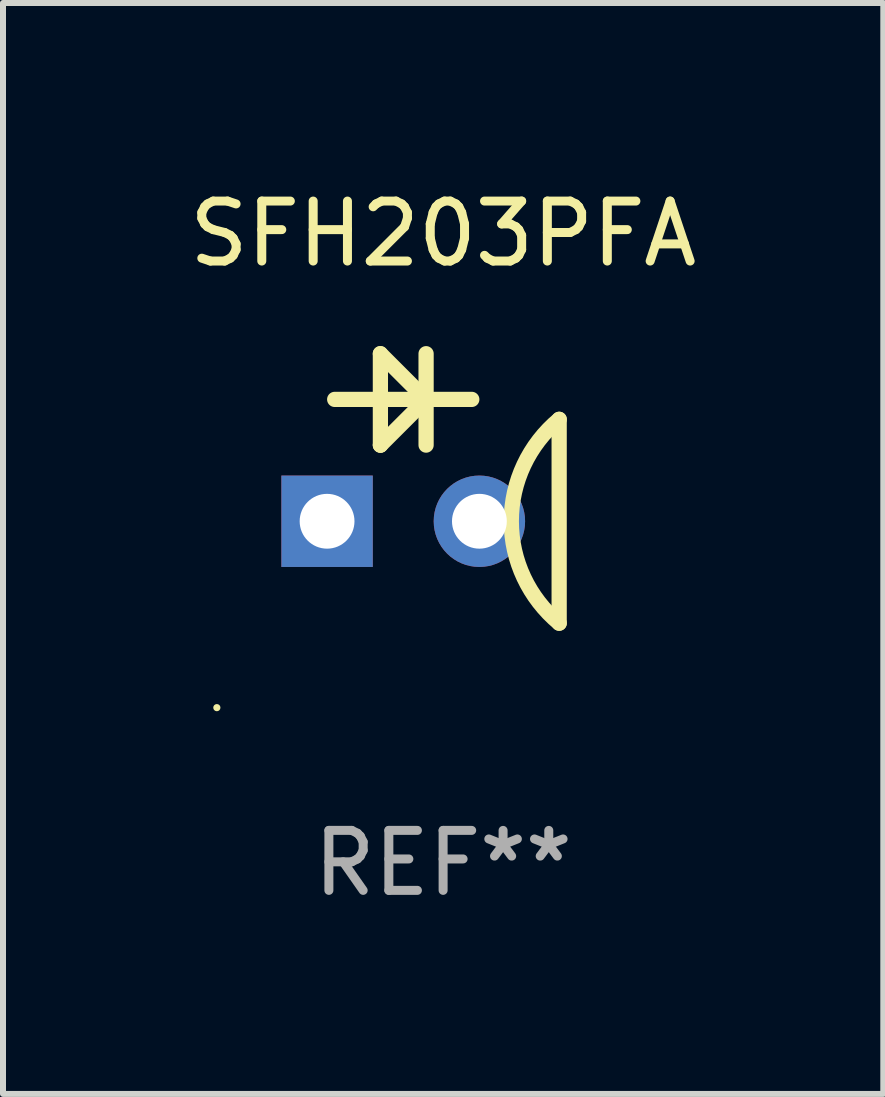
<source format=kicad_pcb>
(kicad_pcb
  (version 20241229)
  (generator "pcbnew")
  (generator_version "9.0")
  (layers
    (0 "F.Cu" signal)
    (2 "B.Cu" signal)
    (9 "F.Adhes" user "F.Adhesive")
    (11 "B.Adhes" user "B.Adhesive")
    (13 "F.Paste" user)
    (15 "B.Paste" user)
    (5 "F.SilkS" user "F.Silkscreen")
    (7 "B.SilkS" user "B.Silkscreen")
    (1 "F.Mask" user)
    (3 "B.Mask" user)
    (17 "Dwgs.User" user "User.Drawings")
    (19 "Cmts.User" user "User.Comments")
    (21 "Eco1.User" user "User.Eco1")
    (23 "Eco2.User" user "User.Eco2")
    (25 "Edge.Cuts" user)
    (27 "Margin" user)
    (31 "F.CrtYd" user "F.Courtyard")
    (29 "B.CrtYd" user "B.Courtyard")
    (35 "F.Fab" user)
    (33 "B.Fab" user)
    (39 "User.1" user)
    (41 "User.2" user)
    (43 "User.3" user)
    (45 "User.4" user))
  (footprint "SFH203PFA"
    (layer "F.Cu")
    (at 4.339 5.095)
    (property "Reference" "SFH203PFA" (at 0 -4.247 0) (layer "F.SilkS") (effects (font (size 1 1) (thickness 0.15))))
    (attr through_hole)
    (fp_line (start -1.808 -1.485) (end 0.478 -1.485) (stroke (width 0.254) (type solid)) (layer "F.SilkS"))
    (fp_line (start -1.046 -2.247) (end -1.046 -0.723) (stroke (width 0.254) (type solid)) (layer "F.SilkS"))
    (fp_line (start -1.046 -0.723) (end -1.044 -0.723) (stroke (width 0.254) (type solid)) (layer "F.SilkS"))
    (fp_line (start -1.044 -0.723) (end -0.282 -1.485) (stroke (width 0.254) (type solid)) (layer "F.SilkS"))
    (fp_line (start -0.284 -2.247) (end -0.284 -0.723) (stroke (width 0.254) (type solid)) (layer "F.SilkS"))
    (fp_line (start -0.284 -1.485) (end -1.046 -2.247) (stroke (width 0.254) (type solid)) (layer "F.SilkS"))
    (fp_line (start -0.278 -1.485) (end -0.284 -1.485) (stroke (width 0.254) (type solid)) (layer "F.SilkS"))
    (fp_line (start 1.935 -1.153) (end 1.935 2.247) (stroke (width 0.254) (type solid)) (layer "F.SilkS"))
    (fp_arc (start 1.935979 2.246266) (mid 1.1372 0.547002) (end 1.93598 -1.152261) (stroke (width 0.254001) (type solid)) (layer "F.SilkS"))
    (fp_circle (center -3.773 3.655) (end -3.743 3.655) (stroke (width 0.06) (type solid)) (fill no) (layer "F.SilkS"))
    (fp_text user "REF**" (at 0 6.247 0) (layer "F.Fab") (effects (font (size 1 1) (thickness 0.15))))
    (pad "1" thru_hole rect (at -1.935 0.547) (size 1.524 1.524) (drill 0.914) (layers "*.Cu" "*.Mask"))
    (pad "2" thru_hole circle (at 0.605 0.547) (size 1.524 1.524) (drill 0.914) (layers "*.Cu" "*.Mask")))
  (gr_rect
    (start -3 -3)
    (end 11.679 15.191)
    (stroke (width 0.1) (type default))
    (fill no)
    (layer "Edge.Cuts")))
</source>
